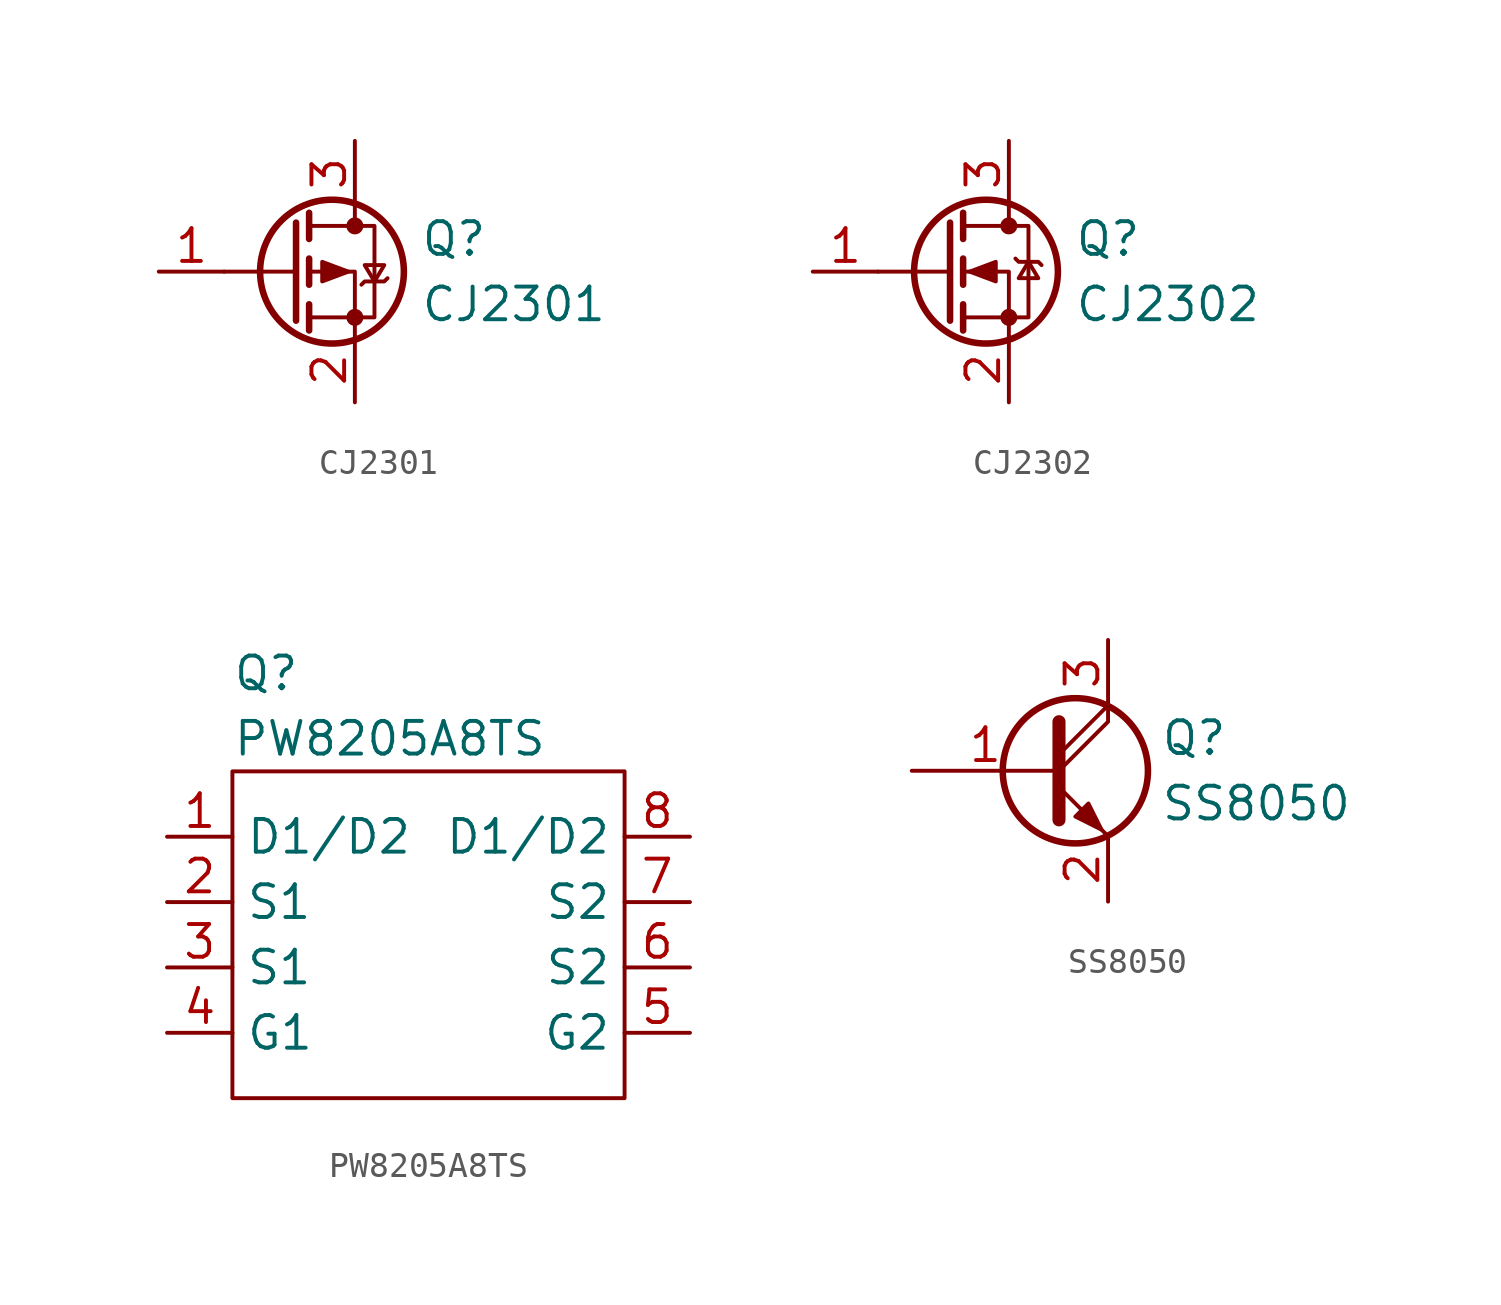
<source format=kicad_sym>
(kicad_symbol_lib
  (version 20220914)
  (generator kicad_symbol_editor)
  (symbol "CJ2301"
    (pin_names
      (offset 0) hide)
    (property "Reference" "Q"
      (at 5.08 1.27 0)
      (do_not_autoplace)
      (effects (font (size 1.27 1.27)) (justify left)))
    (property "Value" "CJ2301"
      (at 5.08 -1.27 0)
      (do_not_autoplace)
      (effects (font (size 1.27 1.27)) (justify left)))
    (symbol "CJ2301_0_1"
      (polyline (pts (xy 0.254 0) (xy -2.54 0)) (stroke (width 0) (type default)) (fill (type none)))
      (polyline (pts (xy 0.254 1.905) (xy 0.254 -1.905)) (stroke (width 0.254) (type default)) (fill (type none)))
      (polyline (pts (xy 0.762 -1.27) (xy 0.762 -2.286)) (stroke (width 0.254) (type default)) (fill (type none)))
      (polyline (pts (xy 0.762 0.508) (xy 0.762 -0.508)) (stroke (width 0.254) (type default)) (fill (type none)))
      (polyline (pts (xy 0.762 2.286) (xy 0.762 1.27)) (stroke (width 0.254) (type default)) (fill (type none)))
      (polyline (pts (xy 2.54 2.54) (xy 2.54 1.778)) (stroke (width 0) (type default)) (fill (type none)))
      (polyline (pts (xy 2.54 -2.54) (xy 2.54 0) (xy 0.762 0)) (stroke (width 0) (type default)) (fill (type none)))
      (polyline (pts (xy 0.762 1.778) (xy 3.302 1.778) (xy 3.302 -1.778) (xy 0.762 -1.778)) (stroke (width 0) (type default)) (fill (type none)))
      (polyline (pts (xy 2.286 0) (xy 1.27 0.381) (xy 1.27 -0.381) (xy 2.286 0)) (stroke (width 0) (type default)) (fill (type outline)))
      (polyline (pts (xy 2.794 -0.508) (xy 2.921 -0.381) (xy 3.683 -0.381) (xy 3.81 -0.254)) (stroke (width 0) (type default)) (fill (type none)))
      (polyline (pts (xy 3.302 -0.381) (xy 2.921 0.254) (xy 3.683 0.254) (xy 3.302 -0.381)) (stroke (width 0) (type default)) (fill (type none)))
      (circle (center 1.651 0) (radius 2.794) (stroke (width 0.254) (type default)) (fill (type none)))
      (circle (center 2.54 -1.778) (radius 0.254) (stroke (width 0) (type default)) (fill (type outline)))
      (circle (center 2.54 1.778) (radius 0.254) (stroke (width 0) (type default)) (fill (type outline))))
    (symbol "CJ2301_1_1"
      (pin input line (at -5.08 0 0) (length 2.54) (name "G" (effects (font (size 1.27 1.27)))) (number "1" (effects (font (size 1.27 1.27)))))
      (pin passive line (at 2.54 -5.08 90) (length 2.54) (name "S" (effects (font (size 1.27 1.27)))) (number "2" (effects (font (size 1.27 1.27)))))
      (pin passive line (at 2.54 5.08 270) (length 2.54) (name "D" (effects (font (size 1.27 1.27)))) (number "3" (effects (font (size 1.27 1.27)))))))
  (symbol "CJ2302"
    (pin_names
      (offset 0) hide)
    (property "Reference" "Q"
      (at 5.08 1.27 0)
      (do_not_autoplace)
      (effects (font (size 1.27 1.27)) (justify left)))
    (property "Value" "CJ2302"
      (at 5.08 -1.27 0)
      (do_not_autoplace)
      (effects (font (size 1.27 1.27)) (justify left)))
    (symbol "CJ2302_0_1"
      (polyline (pts (xy 0.254 0) (xy -2.54 0)) (stroke (width 0) (type default)) (fill (type none)))
      (polyline (pts (xy 0.254 1.905) (xy 0.254 -1.905)) (stroke (width 0.254) (type default)) (fill (type none)))
      (polyline (pts (xy 0.762 -1.27) (xy 0.762 -2.286)) (stroke (width 0.254) (type default)) (fill (type none)))
      (polyline (pts (xy 0.762 0.508) (xy 0.762 -0.508)) (stroke (width 0.254) (type default)) (fill (type none)))
      (polyline (pts (xy 0.762 2.286) (xy 0.762 1.27)) (stroke (width 0.254) (type default)) (fill (type none)))
      (polyline (pts (xy 2.54 2.54) (xy 2.54 1.778)) (stroke (width 0) (type default)) (fill (type none)))
      (polyline (pts (xy 2.54 -2.54) (xy 2.54 0) (xy 0.762 0)) (stroke (width 0) (type default)) (fill (type none)))
      (polyline (pts (xy 0.762 -1.778) (xy 3.302 -1.778) (xy 3.302 1.778) (xy 0.762 1.778)) (stroke (width 0) (type default)) (fill (type none)))
      (polyline (pts (xy 1.016 0) (xy 2.032 0.381) (xy 2.032 -0.381) (xy 1.016 0)) (stroke (width 0) (type default)) (fill (type outline)))
      (polyline (pts (xy 2.794 0.508) (xy 2.921 0.381) (xy 3.683 0.381) (xy 3.81 0.254)) (stroke (width 0) (type default)) (fill (type none)))
      (polyline (pts (xy 3.302 0.381) (xy 2.921 -0.254) (xy 3.683 -0.254) (xy 3.302 0.381)) (stroke (width 0) (type default)) (fill (type none)))
      (circle (center 1.651 0) (radius 2.794) (stroke (width 0.254) (type default)) (fill (type none)))
      (circle (center 2.54 -1.778) (radius 0.254) (stroke (width 0) (type default)) (fill (type outline)))
      (circle (center 2.54 1.778) (radius 0.254) (stroke (width 0) (type default)) (fill (type outline))))
    (symbol "CJ2302_1_1"
      (pin input line (at -5.08 0 0) (length 2.54) (name "G" (effects (font (size 1.27 1.27)))) (number "1" (effects (font (size 1.27 1.27)))))
      (pin passive line (at 2.54 -5.08 90) (length 2.54) (name "S" (effects (font (size 1.27 1.27)))) (number "2" (effects (font (size 1.27 1.27)))))
      (pin passive line (at 2.54 5.08 270) (length 2.54) (name "D" (effects (font (size 1.27 1.27)))) (number "3" (effects (font (size 1.27 1.27)))))))
  (symbol "PW8205A8TS"
    (property "Reference" "Q"
      (at -7.62 10.16 0)
      (do_not_autoplace)
      (effects (font (size 1.27 1.27)) (justify left)))
    (property "Value" "PW8205A8TS"
      (at -7.62 7.62 0)
      (do_not_autoplace)
      (effects (font (size 1.27 1.27)) (justify left)))
    (symbol "PW8205A8TS_0_0"
      (pin unspecified line (at -10.16 3.81 0) (length 2.54) (name "D1/D2" (effects (font (size 1.27 1.27)))) (number "1" (effects (font (size 1.27 1.27)))))
      (pin unspecified line (at -10.16 1.27 0) (length 2.54) (name "S1" (effects (font (size 1.27 1.27)))) (number "2" (effects (font (size 1.27 1.27)))))
      (pin unspecified line (at -10.16 -1.27 0) (length 2.54) (name "S1" (effects (font (size 1.27 1.27)))) (number "3" (effects (font (size 1.27 1.27)))))
      (pin unspecified line (at -10.16 -3.81 0) (length 2.54) (name "G1" (effects (font (size 1.27 1.27)))) (number "4" (effects (font (size 1.27 1.27)))))
      (pin unspecified line (at 10.16 -3.81 180) (length 2.54) (name "G2" (effects (font (size 1.27 1.27)))) (number "5" (effects (font (size 1.27 1.27)))))
      (pin unspecified line (at 10.16 -1.27 180) (length 2.54) (name "S2" (effects (font (size 1.27 1.27)))) (number "6" (effects (font (size 1.27 1.27)))))
      (pin unspecified line (at 10.16 1.27 180) (length 2.54) (name "S2" (effects (font (size 1.27 1.27)))) (number "7" (effects (font (size 1.27 1.27)))))
      (pin unspecified line (at 10.16 3.81 180) (length 2.54) (name "D1/D2" (effects (font (size 1.27 1.27)))) (number "8" (effects (font (size 1.27 1.27))))))
    (symbol "PW8205A8TS_0_1"
      (rectangle (start -7.62 6.35) (end 7.62 -6.35) (stroke (width 0) (type default)) (fill (type none)))))
  (symbol "SS8050"
    (pin_names
      (offset 0) hide)
    (property "Reference" "Q"
      (at 4.572 1.27 0)
      (do_not_autoplace)
      (effects (font (size 1.27 1.27)) (justify left)))
    (property "Value" "SS8050"
      (at 4.572 -1.27 0)
      (do_not_autoplace)
      (effects (font (size 1.27 1.27)) (justify left)))
    (symbol "SS8050_0_1"
      (polyline (pts (xy 0.635 0.635) (xy 2.54 2.54)) (stroke (width 0) (type default)) (fill (type none)))
      (polyline (pts (xy 0.635 -0.635) (xy 2.54 -2.54) (xy 2.54 -2.54)) (stroke (width 0) (type default)) (fill (type none)))
      (polyline (pts (xy 0.635 0) (xy 2.54 1.905) (xy 2.54 2.54)) (stroke (width 0) (type default)) (fill (type none)))
      (polyline (pts (xy 0.635 1.905) (xy 0.635 -1.905) (xy 0.635 -1.905)) (stroke (width 0.508) (type default)) (fill (type none)))
      (polyline (pts (xy 1.27 -1.778) (xy 1.778 -1.27) (xy 2.286 -2.286) (xy 1.27 -1.778) (xy 1.27 -1.778)) (stroke (width 0) (type default)) (fill (type outline)))
      (circle (center 1.27 0) (radius 2.819) (stroke (width 0.254) (type default)) (fill (type none))))
    (symbol "SS8050_1_1"
      (pin input line (at -5.08 0 0) (length 5.715) (name "B" (effects (font (size 1.27 1.27)))) (number "1" (effects (font (size 1.27 1.27)))))
      (pin passive line (at 2.54 -5.08 90) (length 2.54) (name "E" (effects (font (size 1.27 1.27)))) (number "2" (effects (font (size 1.27 1.27)))))
      (pin passive line (at 2.54 5.08 270) (length 2.54) (name "C" (effects (font (size 1.27 1.27)))) (number "3" (effects (font (size 1.27 1.27))))))))
</source>
